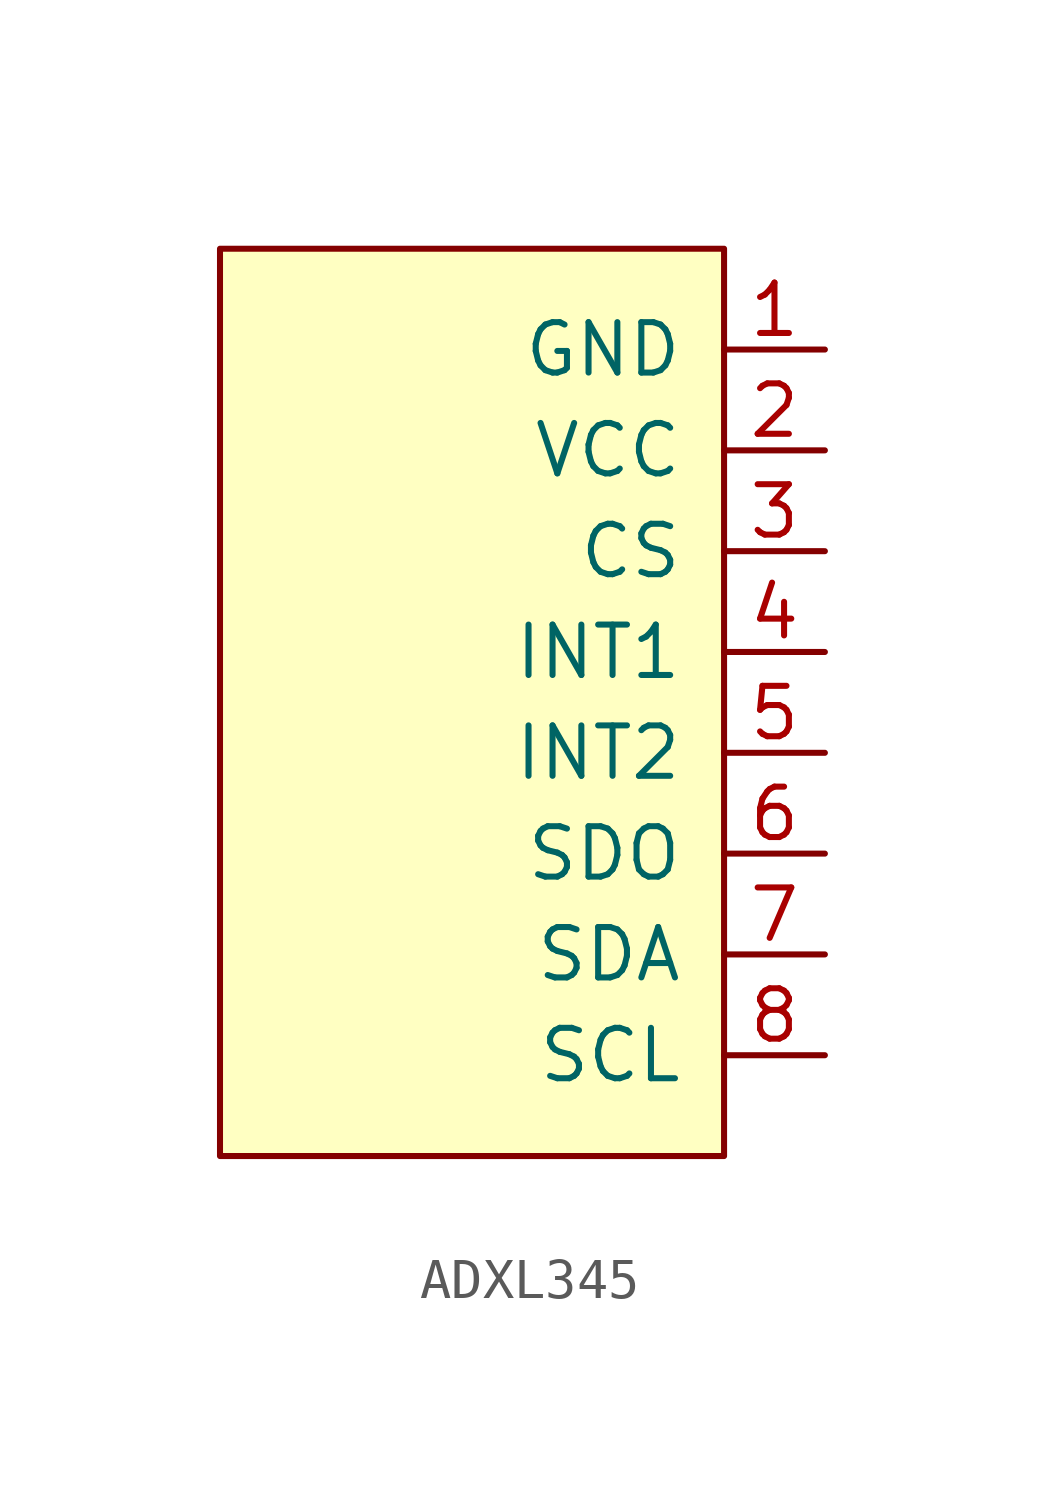
<source format=kicad_sym>
(kicad_symbol_lib
  (version 20220914)
  (generator kicad_symbol_editor)
  (symbol "ADXL345"
    (pin_names
      (offset 1.016))
    (property "Reference" "NA?"
      (at -1.245 8.966 0)
      (effects (font (size 1.27 1.27)) (justify right) hide))
    (symbol "ADXL345_0_1"
      (rectangle (start -6.35 11.43) (end 6.35 -11.43) (stroke (width 0) (type default)) (fill (type background))))
    (symbol "ADXL345_1_1"
      (pin input line (at 8.89 8.89 180) (length 2.54) (name "GND" (effects (font (size 1.27 1.27)))) (number "1" (effects (font (size 1.27 1.27)))))
      (pin input line (at 8.89 6.35 180) (length 2.54) (name "VCC" (effects (font (size 1.27 1.27)))) (number "2" (effects (font (size 1.27 1.27)))))
      (pin input line (at 8.89 3.81 180) (length 2.54) (name "CS" (effects (font (size 1.27 1.27)))) (number "3" (effects (font (size 1.27 1.27)))))
      (pin input line (at 8.89 1.27 180) (length 2.54) (name "INT1" (effects (font (size 1.27 1.27)))) (number "4" (effects (font (size 1.27 1.27)))))
      (pin input line (at 8.89 -1.27 180) (length 2.54) (name "INT2" (effects (font (size 1.27 1.27)))) (number "5" (effects (font (size 1.27 1.27)))))
      (pin input line (at 8.89 -3.81 180) (length 2.54) (name "SDO" (effects (font (size 1.27 1.27)))) (number "6" (effects (font (size 1.27 1.27)))))
      (pin input line (at 8.89 -6.35 180) (length 2.54) (name "SDA" (effects (font (size 1.27 1.27)))) (number "7" (effects (font (size 1.27 1.27)))))
      (pin input line (at 8.89 -8.89 180) (length 2.54) (name "SCL" (effects (font (size 1.27 1.27)))) (number "8" (effects (font (size 1.27 1.27))))))))
</source>
